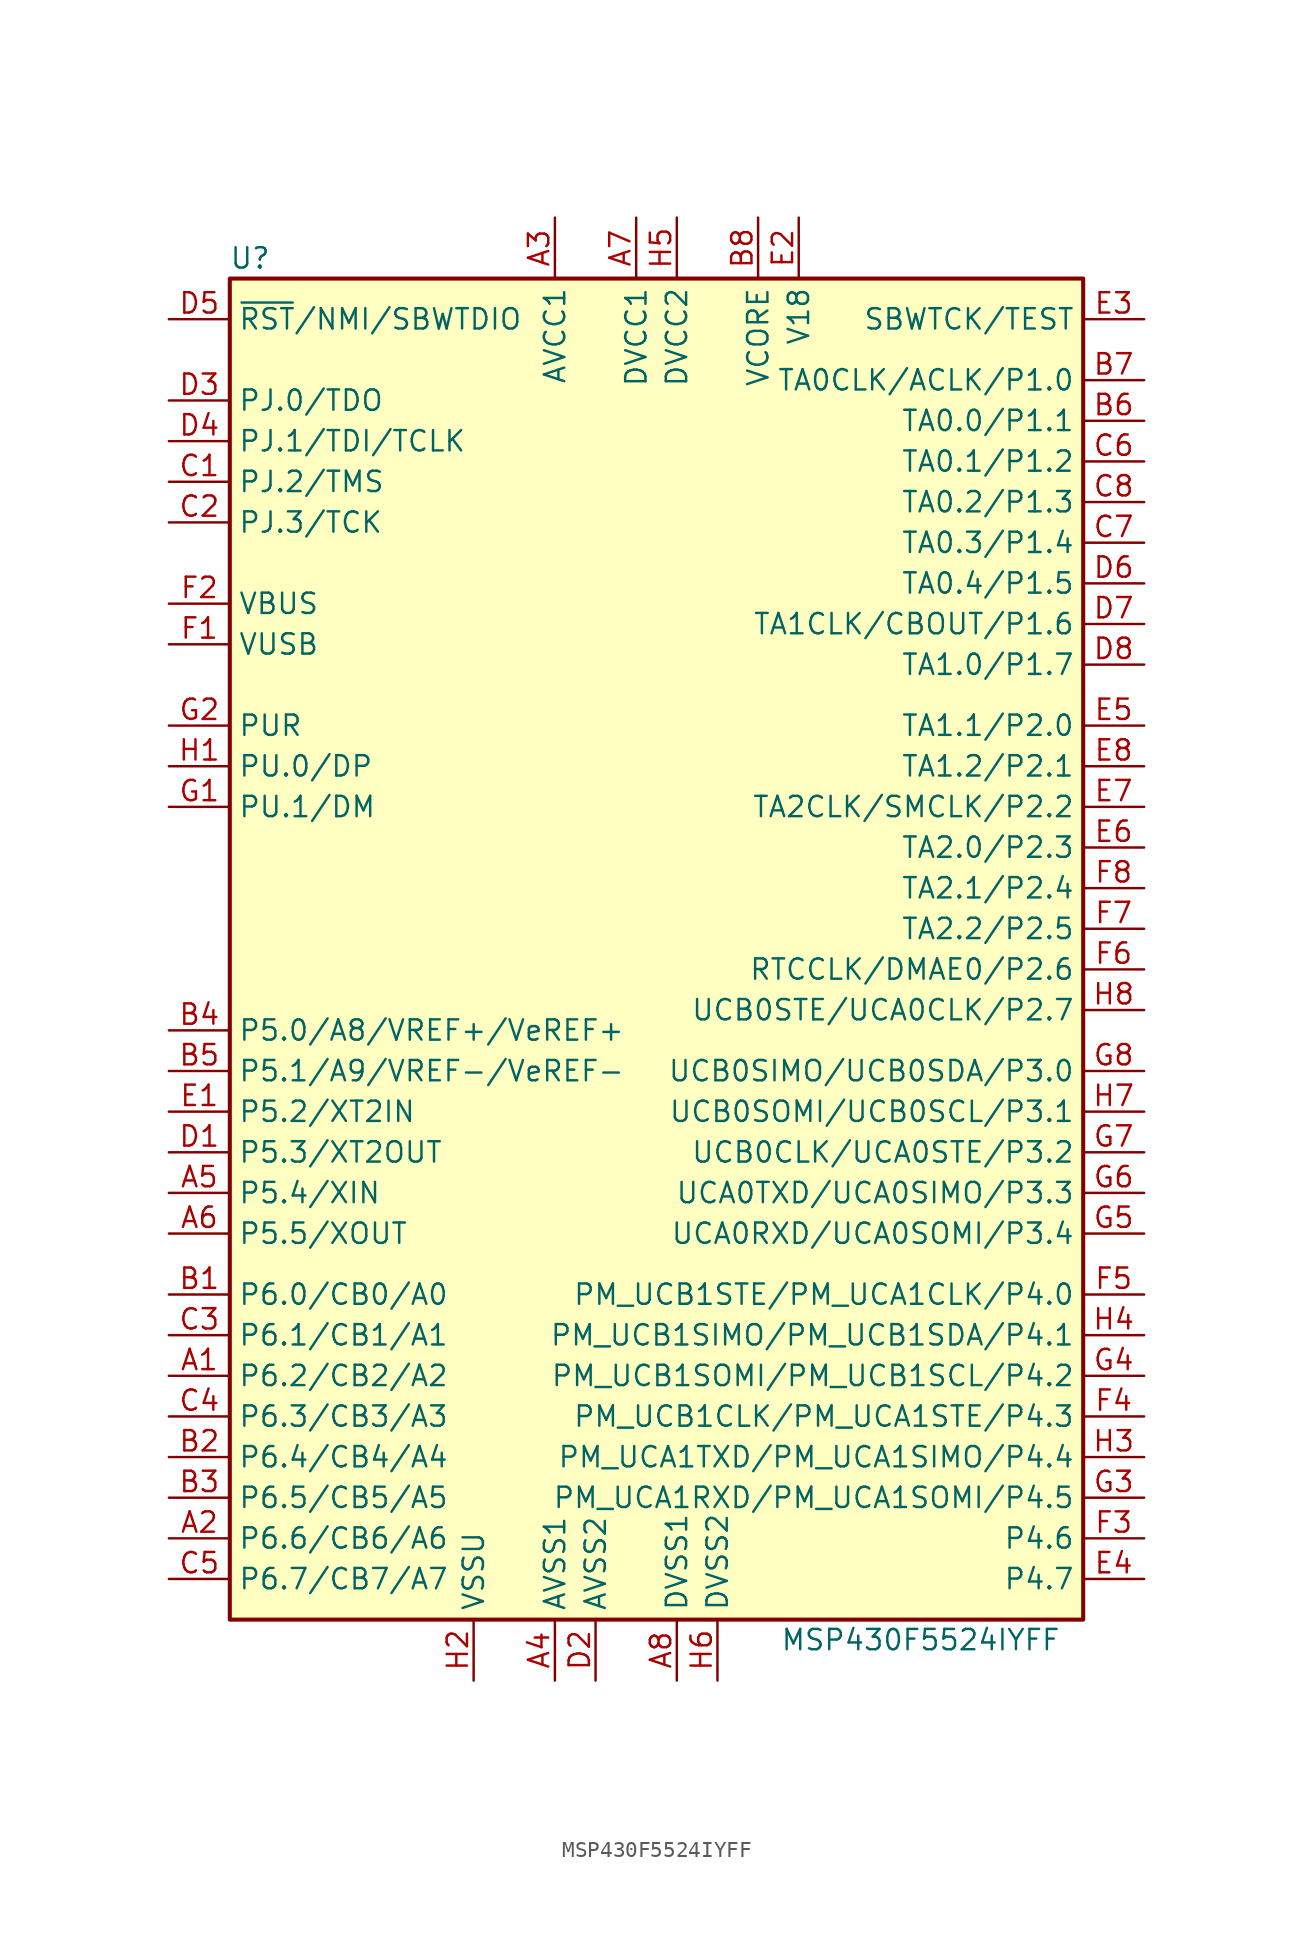
<source format=kicad_sym>
(kicad_symbol_lib
  (version 20201005)
  (generator kicad_symbol_editor)
  (symbol "MSP430F5524IYFF"
    (property "Reference" "U"
      (at -25.4 43.18 0)
      (effects (font (size 1.27 1.27))))
    (property "Value" "MSP430F5524IYFF"
      (at 16.51 -43.18 0)
      (effects (font (size 1.27 1.27))))
    (symbol "MSP430F5524IYFF_0_1"
      (rectangle (start -26.67 41.91) (end 26.67 -41.91) (stroke (width 0.254)) (fill (type background))))
    (symbol "MSP430F5524IYFF_1_1"
      (pin bidirectional line (at -30.48 -26.67 0) (length 3.81) (name "P6.2/CB2/A2" (effects (font (size 1.27 1.27)))) (number "A1" (effects (font (size 1.27 1.27)))))
      (pin bidirectional line (at -30.48 -36.83 0) (length 3.81) (name "P6.6/CB6/A6" (effects (font (size 1.27 1.27)))) (number "A2" (effects (font (size 1.27 1.27)))))
      (pin power_in line (at -6.35 45.72 270) (length 3.81) (name "AVCC1" (effects (font (size 1.27 1.27)))) (number "A3" (effects (font (size 1.27 1.27)))))
      (pin power_in line (at -6.35 -45.72 90) (length 3.81) (name "AVSS1" (effects (font (size 1.27 1.27)))) (number "A4" (effects (font (size 1.27 1.27)))))
      (pin bidirectional line (at -30.48 -15.24 0) (length 3.81) (name "P5.4/XIN" (effects (font (size 1.27 1.27)))) (number "A5" (effects (font (size 1.27 1.27)))))
      (pin bidirectional line (at -30.48 -17.78 0) (length 3.81) (name "P5.5/XOUT" (effects (font (size 1.27 1.27)))) (number "A6" (effects (font (size 1.27 1.27)))))
      (pin power_in line (at -1.27 45.72 270) (length 3.81) (name "DVCC1" (effects (font (size 1.27 1.27)))) (number "A7" (effects (font (size 1.27 1.27)))))
      (pin power_in line (at 1.27 -45.72 90) (length 3.81) (name "DVSS1" (effects (font (size 1.27 1.27)))) (number "A8" (effects (font (size 1.27 1.27)))))
      (pin bidirectional line (at -30.48 -21.59 0) (length 3.81) (name "P6.0/CB0/A0" (effects (font (size 1.27 1.27)))) (number "B1" (effects (font (size 1.27 1.27)))))
      (pin bidirectional line (at -30.48 -31.75 0) (length 3.81) (name "P6.4/CB4/A4" (effects (font (size 1.27 1.27)))) (number "B2" (effects (font (size 1.27 1.27)))))
      (pin bidirectional line (at -30.48 -34.29 0) (length 3.81) (name "P6.5/CB5/A5" (effects (font (size 1.27 1.27)))) (number "B3" (effects (font (size 1.27 1.27)))))
      (pin bidirectional line (at -30.48 -5.08 0) (length 3.81) (name "P5.0/A8/VREF+/VeREF+" (effects (font (size 1.27 1.27)))) (number "B4" (effects (font (size 1.27 1.27)))))
      (pin bidirectional line (at -30.48 -7.62 0) (length 3.81) (name "P5.1/A9/VREF-/VeREF-" (effects (font (size 1.27 1.27)))) (number "B5" (effects (font (size 1.27 1.27)))))
      (pin bidirectional line (at 30.48 33.02 180) (length 3.81) (name "TA0.0/P1.1" (effects (font (size 1.27 1.27)))) (number "B6" (effects (font (size 1.27 1.27)))))
      (pin bidirectional line (at 30.48 35.56 180) (length 3.81) (name "TA0CLK/ACLK/P1.0" (effects (font (size 1.27 1.27)))) (number "B7" (effects (font (size 1.27 1.27)))))
      (pin bidirectional line (at 6.35 45.72 270) (length 3.81) (name "VCORE" (effects (font (size 1.27 1.27)))) (number "B8" (effects (font (size 1.27 1.27)))))
      (pin bidirectional line (at -30.48 29.21 0) (length 3.81) (name "PJ.2/TMS" (effects (font (size 1.27 1.27)))) (number "C1" (effects (font (size 1.27 1.27)))))
      (pin bidirectional line (at -30.48 26.67 0) (length 3.81) (name "PJ.3/TCK" (effects (font (size 1.27 1.27)))) (number "C2" (effects (font (size 1.27 1.27)))))
      (pin bidirectional line (at -30.48 -24.13 0) (length 3.81) (name "P6.1/CB1/A1" (effects (font (size 1.27 1.27)))) (number "C3" (effects (font (size 1.27 1.27)))))
      (pin bidirectional line (at -30.48 -29.21 0) (length 3.81) (name "P6.3/CB3/A3" (effects (font (size 1.27 1.27)))) (number "C4" (effects (font (size 1.27 1.27)))))
      (pin bidirectional line (at -30.48 -39.37 0) (length 3.81) (name "P6.7/CB7/A7" (effects (font (size 1.27 1.27)))) (number "C5" (effects (font (size 1.27 1.27)))))
      (pin bidirectional line (at 30.48 30.48 180) (length 3.81) (name "TA0.1/P1.2" (effects (font (size 1.27 1.27)))) (number "C6" (effects (font (size 1.27 1.27)))))
      (pin bidirectional line (at 30.48 25.4 180) (length 3.81) (name "TA0.3/P1.4" (effects (font (size 1.27 1.27)))) (number "C7" (effects (font (size 1.27 1.27)))))
      (pin bidirectional line (at 30.48 27.94 180) (length 3.81) (name "TA0.2/P1.3" (effects (font (size 1.27 1.27)))) (number "C8" (effects (font (size 1.27 1.27)))))
      (pin bidirectional line (at -30.48 -12.7 0) (length 3.81) (name "P5.3/XT2OUT" (effects (font (size 1.27 1.27)))) (number "D1" (effects (font (size 1.27 1.27)))))
      (pin power_in line (at -3.81 -45.72 90) (length 3.81) (name "AVSS2" (effects (font (size 1.27 1.27)))) (number "D2" (effects (font (size 1.27 1.27)))))
      (pin bidirectional line (at -30.48 34.29 0) (length 3.81) (name "PJ.0/TDO" (effects (font (size 1.27 1.27)))) (number "D3" (effects (font (size 1.27 1.27)))))
      (pin bidirectional line (at -30.48 31.75 0) (length 3.81) (name "PJ.1/TDI/TCLK" (effects (font (size 1.27 1.27)))) (number "D4" (effects (font (size 1.27 1.27)))))
      (pin input line (at -30.48 39.37 0) (length 3.81) (name "~RST~/NMI/SBWTDIO" (effects (font (size 1.27 1.27)))) (number "D5" (effects (font (size 1.27 1.27)))))
      (pin bidirectional line (at 30.48 22.86 180) (length 3.81) (name "TA0.4/P1.5" (effects (font (size 1.27 1.27)))) (number "D6" (effects (font (size 1.27 1.27)))))
      (pin bidirectional line (at 30.48 20.32 180) (length 3.81) (name "TA1CLK/CBOUT/P1.6" (effects (font (size 1.27 1.27)))) (number "D7" (effects (font (size 1.27 1.27)))))
      (pin bidirectional line (at 30.48 17.78 180) (length 3.81) (name "TA1.0/P1.7" (effects (font (size 1.27 1.27)))) (number "D8" (effects (font (size 1.27 1.27)))))
      (pin bidirectional line (at -30.48 -10.16 0) (length 3.81) (name "P5.2/XT2IN" (effects (font (size 1.27 1.27)))) (number "E1" (effects (font (size 1.27 1.27)))))
      (pin passive line (at 8.89 45.72 270) (length 3.81) (name "V18" (effects (font (size 1.27 1.27)))) (number "E2" (effects (font (size 1.27 1.27)))))
      (pin input line (at 30.48 39.37 180) (length 3.81) (name "SBWTCK/TEST" (effects (font (size 1.27 1.27)))) (number "E3" (effects (font (size 1.27 1.27)))))
      (pin bidirectional line (at 30.48 -39.37 180) (length 3.81) (name "P4.7" (effects (font (size 1.27 1.27)))) (number "E4" (effects (font (size 1.27 1.27)))))
      (pin bidirectional line (at 30.48 13.97 180) (length 3.81) (name "TA1.1/P2.0" (effects (font (size 1.27 1.27)))) (number "E5" (effects (font (size 1.27 1.27)))))
      (pin bidirectional line (at 30.48 6.35 180) (length 3.81) (name "TA2.0/P2.3" (effects (font (size 1.27 1.27)))) (number "E6" (effects (font (size 1.27 1.27)))))
      (pin bidirectional line (at 30.48 8.89 180) (length 3.81) (name "TA2CLK/SMCLK/P2.2" (effects (font (size 1.27 1.27)))) (number "E7" (effects (font (size 1.27 1.27)))))
      (pin bidirectional line (at 30.48 11.43 180) (length 3.81) (name "TA1.2/P2.1" (effects (font (size 1.27 1.27)))) (number "E8" (effects (font (size 1.27 1.27)))))
      (pin power_out line (at -30.48 19.05 0) (length 3.81) (name "VUSB" (effects (font (size 1.27 1.27)))) (number "F1" (effects (font (size 1.27 1.27)))))
      (pin power_in line (at -30.48 21.59 0) (length 3.81) (name "VBUS" (effects (font (size 1.27 1.27)))) (number "F2" (effects (font (size 1.27 1.27)))))
      (pin bidirectional line (at 30.48 -36.83 180) (length 3.81) (name "P4.6" (effects (font (size 1.27 1.27)))) (number "F3" (effects (font (size 1.27 1.27)))))
      (pin bidirectional line (at 30.48 -29.21 180) (length 3.81) (name "PM_UCB1CLK/PM_UCA1STE/P4.3" (effects (font (size 1.27 1.27)))) (number "F4" (effects (font (size 1.27 1.27)))))
      (pin bidirectional line (at 30.48 -21.59 180) (length 3.81) (name "PM_UCB1STE/PM_UCA1CLK/P4.0" (effects (font (size 1.27 1.27)))) (number "F5" (effects (font (size 1.27 1.27)))))
      (pin bidirectional line (at 30.48 -1.27 180) (length 3.81) (name "RTCCLK/DMAE0/P2.6" (effects (font (size 1.27 1.27)))) (number "F6" (effects (font (size 1.27 1.27)))))
      (pin bidirectional line (at 30.48 1.27 180) (length 3.81) (name "TA2.2/P2.5" (effects (font (size 1.27 1.27)))) (number "F7" (effects (font (size 1.27 1.27)))))
      (pin bidirectional line (at 30.48 3.81 180) (length 3.81) (name "TA2.1/P2.4" (effects (font (size 1.27 1.27)))) (number "F8" (effects (font (size 1.27 1.27)))))
      (pin bidirectional line (at -30.48 8.89 0) (length 3.81) (name "PU.1/DM" (effects (font (size 1.27 1.27)))) (number "G1" (effects (font (size 1.27 1.27)))))
      (pin bidirectional line (at -30.48 13.97 0) (length 3.81) (name "PUR" (effects (font (size 1.27 1.27)))) (number "G2" (effects (font (size 1.27 1.27)))))
      (pin bidirectional line (at 30.48 -34.29 180) (length 3.81) (name "PM_UCA1RXD/PM_UCA1SOMI/P4.5" (effects (font (size 1.27 1.27)))) (number "G3" (effects (font (size 1.27 1.27)))))
      (pin bidirectional line (at 30.48 -26.67 180) (length 3.81) (name "PM_UCB1SOMI/PM_UCB1SCL/P4.2" (effects (font (size 1.27 1.27)))) (number "G4" (effects (font (size 1.27 1.27)))))
      (pin bidirectional line (at 30.48 -17.78 180) (length 3.81) (name "UCA0RXD/UCA0SOMI/P3.4" (effects (font (size 1.27 1.27)))) (number "G5" (effects (font (size 1.27 1.27)))))
      (pin bidirectional line (at 30.48 -15.24 180) (length 3.81) (name "UCA0TXD/UCA0SIMO/P3.3" (effects (font (size 1.27 1.27)))) (number "G6" (effects (font (size 1.27 1.27)))))
      (pin bidirectional line (at 30.48 -12.7 180) (length 3.81) (name "UCB0CLK/UCA0STE/P3.2" (effects (font (size 1.27 1.27)))) (number "G7" (effects (font (size 1.27 1.27)))))
      (pin bidirectional line (at 30.48 -7.62 180) (length 3.81) (name "UCB0SIMO/UCB0SDA/P3.0" (effects (font (size 1.27 1.27)))) (number "G8" (effects (font (size 1.27 1.27)))))
      (pin bidirectional line (at -30.48 11.43 0) (length 3.81) (name "PU.0/DP" (effects (font (size 1.27 1.27)))) (number "H1" (effects (font (size 1.27 1.27)))))
      (pin power_in line (at -11.43 -45.72 90) (length 3.81) (name "VSSU" (effects (font (size 1.27 1.27)))) (number "H2" (effects (font (size 1.27 1.27)))))
      (pin bidirectional line (at 30.48 -31.75 180) (length 3.81) (name "PM_UCA1TXD/PM_UCA1SIMO/P4.4" (effects (font (size 1.27 1.27)))) (number "H3" (effects (font (size 1.27 1.27)))))
      (pin bidirectional line (at 30.48 -24.13 180) (length 3.81) (name "PM_UCB1SIMO/PM_UCB1SDA/P4.1" (effects (font (size 1.27 1.27)))) (number "H4" (effects (font (size 1.27 1.27)))))
      (pin power_in line (at 1.27 45.72 270) (length 3.81) (name "DVCC2" (effects (font (size 1.27 1.27)))) (number "H5" (effects (font (size 1.27 1.27)))))
      (pin power_in line (at 3.81 -45.72 90) (length 3.81) (name "DVSS2" (effects (font (size 1.27 1.27)))) (number "H6" (effects (font (size 1.27 1.27)))))
      (pin bidirectional line (at 30.48 -10.16 180) (length 3.81) (name "UCB0SOMI/UCB0SCL/P3.1" (effects (font (size 1.27 1.27)))) (number "H7" (effects (font (size 1.27 1.27)))))
      (pin bidirectional line (at 30.48 -3.81 180) (length 3.81) (name "UCB0STE/UCA0CLK/P2.7" (effects (font (size 1.27 1.27)))) (number "H8" (effects (font (size 1.27 1.27))))))))
</source>
